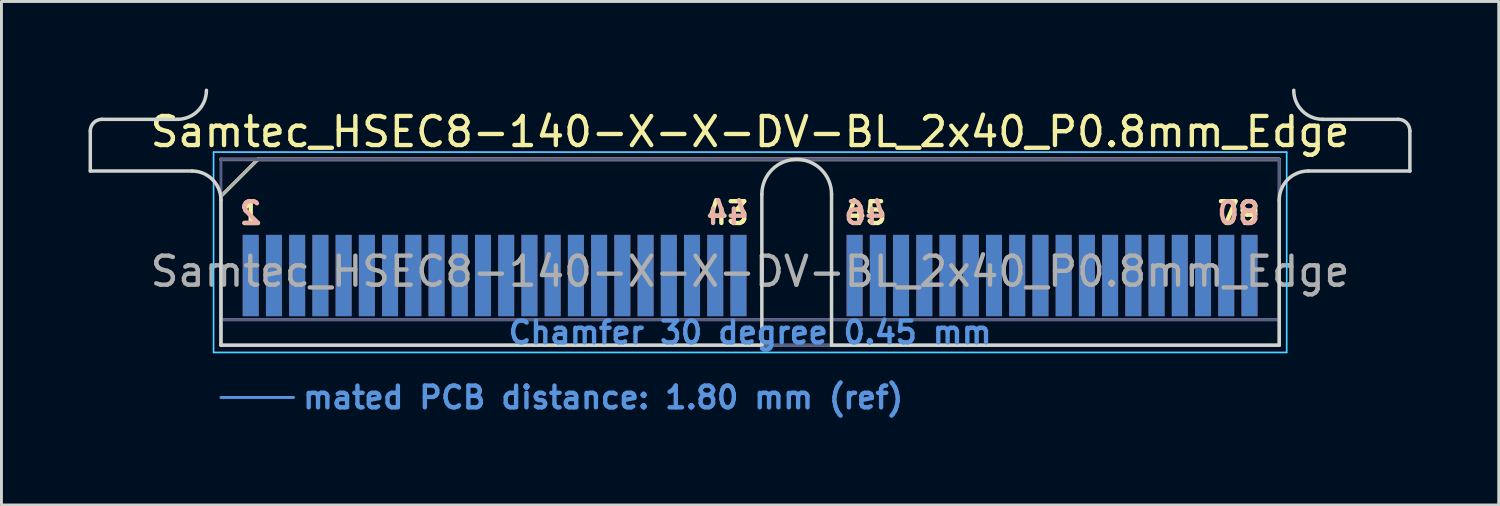
<source format=kicad_pcb>
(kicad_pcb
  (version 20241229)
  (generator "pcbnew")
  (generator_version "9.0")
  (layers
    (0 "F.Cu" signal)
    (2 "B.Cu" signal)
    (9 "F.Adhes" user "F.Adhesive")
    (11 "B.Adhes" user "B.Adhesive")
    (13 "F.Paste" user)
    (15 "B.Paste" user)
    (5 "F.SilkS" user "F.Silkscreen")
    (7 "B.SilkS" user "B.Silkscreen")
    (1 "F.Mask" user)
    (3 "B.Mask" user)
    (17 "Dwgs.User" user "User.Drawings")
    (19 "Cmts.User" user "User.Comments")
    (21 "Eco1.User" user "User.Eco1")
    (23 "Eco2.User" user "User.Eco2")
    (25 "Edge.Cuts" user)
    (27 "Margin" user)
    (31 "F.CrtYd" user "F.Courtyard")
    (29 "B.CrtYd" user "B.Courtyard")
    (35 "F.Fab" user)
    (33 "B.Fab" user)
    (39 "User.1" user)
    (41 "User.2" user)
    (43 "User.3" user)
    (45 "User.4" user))
  (footprint "Samtec_HSEC8-140-X-X-DV-BL_2x40_P0.8mm_Edge"
    (layer "F.Cu")
    (at 22.785 8.84)
    (property "Reference" "Samtec_HSEC8-140-X-X-DV-BL_2x40_P0.8mm_Edge" (at 0 -7.35 0) (layer "F.SilkS") (effects (font (size 1 1) (thickness 0.15))))
    (attr exclude_from_pos_files exclude_from_bom)
    (fp_line (start -18.225 -5.13) (end -16.955 -6.4) (stroke (width 0.12) (type solid)) (layer "F.SilkS"))
    (fp_line (start -16.955 -6.4) (end 18.225 -6.4) (stroke (width 0.12) (type solid)) (layer "F.SilkS"))
    (fp_line (start -18.225 -6.4) (end -18.225 -6.4) (stroke (width 0.12) (type solid)) (layer "B.SilkS"))
    (fp_line (start -18.225 -6.4) (end 18.225 -6.4) (stroke (width 0.12) (type solid)) (layer "B.SilkS"))
    (fp_line (start -18.225 1.8) (end -15.725 1.8) (stroke (width 0.1) (type solid)) (layer "Cmts.User"))
    (fp_line (start -22.725 -6) (end -22.725 -7.38) (stroke (width 0.12) (type solid)) (layer "Edge.Cuts"))
    (fp_line (start -22.325 -7.78) (end -19.725 -7.78) (stroke (width 0.12) (type solid)) (layer "Edge.Cuts"))
    (fp_line (start -19.225 -6) (end -22.725 -6) (stroke (width 0.12) (type solid)) (layer "Edge.Cuts"))
    (fp_line (start -18.225 -5) (end -18.225 0) (stroke (width 0.12) (type solid)) (layer "Edge.Cuts"))
    (fp_line (start -18.225 0) (end 0.405 0) (stroke (width 0.12) (type solid)) (layer "Edge.Cuts"))
    (fp_line (start 0.405 0) (end 0.405 -5.2) (stroke (width 0.12) (type solid)) (layer "Edge.Cuts"))
    (fp_line (start 2.805 -5.2) (end 2.805 0) (stroke (width 0.12) (type solid)) (layer "Edge.Cuts"))
    (fp_line (start 2.805 0) (end 18.225 0) (stroke (width 0.12) (type solid)) (layer "Edge.Cuts"))
    (fp_line (start 18.225 0) (end 18.225 -5) (stroke (width 0.12) (type solid)) (layer "Edge.Cuts"))
    (fp_line (start 19.225 -6) (end 22.725 -6) (stroke (width 0.12) (type solid)) (layer "Edge.Cuts"))
    (fp_line (start 22.325 -7.78) (end 19.725 -7.78) (stroke (width 0.12) (type solid)) (layer "Edge.Cuts"))
    (fp_line (start 22.725 -6) (end 22.725 -7.38) (stroke (width 0.12) (type solid)) (layer "Edge.Cuts"))
    (fp_arc (start -22.725 -7.38) (mid -22.607843 -7.662843) (end -22.325 -7.78) (stroke (width 0.12) (type solid)) (layer "Edge.Cuts"))
    (fp_arc (start -19.225 -6) (mid -18.517893 -5.707107) (end -18.225 -5) (stroke (width 0.12) (type solid)) (layer "Edge.Cuts"))
    (fp_arc (start -18.725 -8.78) (mid -19.017893 -8.072893) (end -19.725 -7.78) (stroke (width 0.12) (type solid)) (layer "Edge.Cuts"))
    (fp_arc (start 0.405 -5.2) (mid 1.605 -6.4) (end 2.805 -5.2) (stroke (width 0.12) (type solid)) (layer "Edge.Cuts"))
    (fp_arc (start 18.225 -5) (mid 18.517893 -5.707107) (end 19.225 -6) (stroke (width 0.12) (type solid)) (layer "Edge.Cuts"))
    (fp_arc (start 19.725 -7.78) (mid 19.017893 -8.072893) (end 18.725 -8.78) (stroke (width 0.12) (type solid)) (layer "Edge.Cuts"))
    (fp_arc (start 22.325 -7.78) (mid 22.607843 -7.662843) (end 22.725 -7.38) (stroke (width 0.12) (type solid)) (layer "Edge.Cuts"))
    (fp_line (start -18.48 -6.65) (end -18.48 0.25) (stroke (width 0.05) (type solid)) (layer "B.CrtYd"))
    (fp_line (start -18.48 0.25) (end 18.48 0.25) (stroke (width 0.05) (type solid)) (layer "B.CrtYd"))
    (fp_line (start 18.48 -6.65) (end -18.48 -6.65) (stroke (width 0.05) (type solid)) (layer "B.CrtYd"))
    (fp_line (start 18.48 0.25) (end 18.48 -6.65) (stroke (width 0.05) (type solid)) (layer "B.CrtYd"))
    (fp_line (start -18.48 -6.65) (end -18.48 0.25) (stroke (width 0.05) (type solid)) (layer "F.CrtYd"))
    (fp_line (start -18.48 0.25) (end 18.48 0.25) (stroke (width 0.05) (type solid)) (layer "F.CrtYd"))
    (fp_line (start 18.48 -6.65) (end -18.48 -6.65) (stroke (width 0.05) (type solid)) (layer "F.CrtYd"))
    (fp_line (start 18.48 0.25) (end 18.48 -6.65) (stroke (width 0.05) (type solid)) (layer "F.CrtYd"))
    (fp_line (start -18.225 -6.4) (end -18.225 -6.4) (stroke (width 0.1) (type solid)) (layer "B.Fab"))
    (fp_line (start -18.225 -6.4) (end -18.225 0) (stroke (width 0.1) (type solid)) (layer "B.Fab"))
    (fp_line (start -18.225 -6.4) (end 18.225 -6.4) (stroke (width 0.1) (type solid)) (layer "B.Fab"))
    (fp_line (start -18.225 -0.88) (end 18.225 -0.88) (stroke (width 0.1) (type solid)) (layer "B.Fab"))
    (fp_line (start -18.225 0) (end 18.225 0) (stroke (width 0.1) (type solid)) (layer "B.Fab"))
    (fp_line (start 18.225 -6.4) (end 18.225 0) (stroke (width 0.1) (type solid)) (layer "B.Fab"))
    (fp_line (start -18.225 -5.13) (end -18.225 0) (stroke (width 0.1) (type solid)) (layer "F.Fab"))
    (fp_line (start -18.225 -5.13) (end -16.955 -6.4) (stroke (width 0.1) (type solid)) (layer "F.Fab"))
    (fp_line (start -18.225 -0.88) (end 18.225 -0.88) (stroke (width 0.1) (type solid)) (layer "F.Fab"))
    (fp_line (start -18.225 0) (end 18.225 0) (stroke (width 0.1) (type solid)) (layer "F.Fab"))
    (fp_line (start -16.955 -6.4) (end 18.225 -6.4) (stroke (width 0.1) (type solid)) (layer "F.Fab"))
    (fp_line (start 18.225 -6.4) (end 18.225 0) (stroke (width 0.1) (type solid)) (layer "F.Fab"))
    (fp_text user "45" (at 3.975 -4.55 0) (layer "F.SilkS") (effects (font (size 0.75 0.75) (thickness 0.15))))
    (fp_text user "1" (at -17.2 -4.55 0) (layer "F.SilkS") (effects (font (size 0.75 0.75) (thickness 0.15))))
    (fp_text user "79" (at 16.825 -4.55 0) (layer "F.SilkS") (effects (font (size 0.75 0.75) (thickness 0.15))))
    (fp_text user "43" (at -0.775 -4.55 0) (layer "F.SilkS") (effects (font (size 0.75 0.75) (thickness 0.15))))
    (fp_text user "46" (at 3.975 -4.55 0) (layer "B.SilkS") (effects (font (size 0.75 0.75) (thickness 0.15)) (justify mirror)))
    (fp_text user "44" (at -0.775 -4.55 0) (layer "B.SilkS") (effects (font (size 0.75 0.75) (thickness 0.15)) (justify mirror)))
    (fp_text user "2" (at -17.2 -4.55 0) (layer "B.SilkS") (effects (font (size 0.75 0.75) (thickness 0.15)) (justify mirror)))
    (fp_text user "80" (at 16.825 -4.55 0) (layer "B.SilkS") (effects (font (size 0.75 0.75) (thickness 0.15)) (justify mirror)))
    (fp_text user "Chamfer 30 degree 0.45 mm" (at 0 -0.44 0) (layer "Cmts.User") (effects (font (size 0.75 0.75) (thickness 0.15))))
    (fp_text user "mated PCB distance: 1.80 mm (ref)" (at -15.48 1.8 0) (layer "Cmts.User") (effects (font (size 0.75 0.75) (thickness 0.15)) (justify left)))
    (fp_text user "${REFERENCE}" (at 0 -2.54 0) (layer "F.Fab") (effects (font (size 1 1) (thickness 0.15))))
    (pad "1" connect rect (at -17.2 -2.4) (size 0.55 2.8) (layers "F.Cu" "F.Mask"))
    (pad "2" connect rect (at -17.2 -2.4) (size 0.55 2.8) (layers "B.Cu" "B.Mask"))
    (pad "3" connect rect (at -16.4 -2.4) (size 0.55 2.8) (layers "F.Cu" "F.Mask"))
    (pad "4" connect rect (at -16.4 -2.4) (size 0.55 2.8) (layers "B.Cu" "B.Mask"))
    (pad "5" connect rect (at -15.6 -2.4) (size 0.55 2.8) (layers "F.Cu" "F.Mask"))
    (pad "6" connect rect (at -15.6 -2.4) (size 0.55 2.8) (layers "B.Cu" "B.Mask"))
    (pad "7" connect rect (at -14.8 -2.4) (size 0.55 2.8) (layers "F.Cu" "F.Mask"))
    (pad "8" connect rect (at -14.8 -2.4) (size 0.55 2.8) (layers "B.Cu" "B.Mask"))
    (pad "9" connect rect (at -14 -2.4) (size 0.55 2.8) (layers "F.Cu" "F.Mask"))
    (pad "10" connect rect (at -14 -2.4) (size 0.55 2.8) (layers "B.Cu" "B.Mask"))
    (pad "11" connect rect (at -13.2 -2.4) (size 0.55 2.8) (layers "F.Cu" "F.Mask"))
    (pad "12" connect rect (at -13.2 -2.4) (size 0.55 2.8) (layers "B.Cu" "B.Mask"))
    (pad "13" connect rect (at -12.4 -2.4) (size 0.55 2.8) (layers "F.Cu" "F.Mask"))
    (pad "14" connect rect (at -12.4 -2.4) (size 0.55 2.8) (layers "B.Cu" "B.Mask"))
    (pad "15" connect rect (at -11.6 -2.4) (size 0.55 2.8) (layers "F.Cu" "F.Mask"))
    (pad "16" connect rect (at -11.6 -2.4) (size 0.55 2.8) (layers "B.Cu" "B.Mask"))
    (pad "17" connect rect (at -10.8 -2.4) (size 0.55 2.8) (layers "F.Cu" "F.Mask"))
    (pad "18" connect rect (at -10.8 -2.4) (size 0.55 2.8) (layers "B.Cu" "B.Mask"))
    (pad "19" connect rect (at -10 -2.4) (size 0.55 2.8) (layers "F.Cu" "F.Mask"))
    (pad "20" connect rect (at -10 -2.4) (size 0.55 2.8) (layers "B.Cu" "B.Mask"))
    (pad "21" connect rect (at -9.2 -2.4) (size 0.55 2.8) (layers "F.Cu" "F.Mask"))
    (pad "22" connect rect (at -9.2 -2.4) (size 0.55 2.8) (layers "B.Cu" "B.Mask"))
    (pad "23" connect rect (at -8.4 -2.4) (size 0.55 2.8) (layers "F.Cu" "F.Mask"))
    (pad "24" connect rect (at -8.4 -2.4) (size 0.55 2.8) (layers "B.Cu" "B.Mask"))
    (pad "25" connect rect (at -7.6 -2.4) (size 0.55 2.8) (layers "F.Cu" "F.Mask"))
    (pad "26" connect rect (at -7.6 -2.4) (size 0.55 2.8) (layers "B.Cu" "B.Mask"))
    (pad "27" connect rect (at -6.8 -2.4) (size 0.55 2.8) (layers "F.Cu" "F.Mask"))
    (pad "28" connect rect (at -6.8 -2.4) (size 0.55 2.8) (layers "B.Cu" "B.Mask"))
    (pad "29" connect rect (at -6 -2.4) (size 0.55 2.8) (layers "F.Cu" "F.Mask"))
    (pad "30" connect rect (at -6 -2.4) (size 0.55 2.8) (layers "B.Cu" "B.Mask"))
    (pad "31" connect rect (at -5.2 -2.4) (size 0.55 2.8) (layers "F.Cu" "F.Mask"))
    (pad "32" connect rect (at -5.2 -2.4) (size 0.55 2.8) (layers "B.Cu" "B.Mask"))
    (pad "33" connect rect (at -4.4 -2.4) (size 0.55 2.8) (layers "F.Cu" "F.Mask"))
    (pad "34" connect rect (at -4.4 -2.4) (size 0.55 2.8) (layers "B.Cu" "B.Mask"))
    (pad "35" connect rect (at -3.6 -2.4) (size 0.55 2.8) (layers "F.Cu" "F.Mask"))
    (pad "36" connect rect (at -3.6 -2.4) (size 0.55 2.8) (layers "B.Cu" "B.Mask"))
    (pad "37" connect rect (at -2.8 -2.4) (size 0.55 2.8) (layers "F.Cu" "F.Mask"))
    (pad "38" connect rect (at -2.8 -2.4) (size 0.55 2.8) (layers "B.Cu" "B.Mask"))
    (pad "39" connect rect (at -2 -2.4) (size 0.55 2.8) (layers "F.Cu" "F.Mask"))
    (pad "40" connect rect (at -2 -2.4) (size 0.55 2.8) (layers "B.Cu" "B.Mask"))
    (pad "41" connect rect (at -1.2 -2.4) (size 0.55 2.8) (layers "F.Cu" "F.Mask"))
    (pad "42" connect rect (at -1.2 -2.4) (size 0.55 2.8) (layers "B.Cu" "B.Mask"))
    (pad "43" connect rect (at -0.4 -2.4) (size 0.55 2.8) (layers "F.Cu" "F.Mask"))
    (pad "44" connect rect (at -0.4 -2.4) (size 0.55 2.8) (layers "B.Cu" "B.Mask"))
    (pad "45" connect rect (at 3.6 -2.4) (size 0.55 2.8) (layers "F.Cu" "F.Mask"))
    (pad "46" connect rect (at 3.6 -2.4) (size 0.55 2.8) (layers "B.Cu" "B.Mask"))
    (pad "47" connect rect (at 4.4 -2.4) (size 0.55 2.8) (layers "F.Cu" "F.Mask"))
    (pad "48" connect rect (at 4.4 -2.4) (size 0.55 2.8) (layers "B.Cu" "B.Mask"))
    (pad "49" connect rect (at 5.2 -2.4) (size 0.55 2.8) (layers "F.Cu" "F.Mask"))
    (pad "50" connect rect (at 5.2 -2.4) (size 0.55 2.8) (layers "B.Cu" "B.Mask"))
    (pad "51" connect rect (at 6 -2.4) (size 0.55 2.8) (layers "F.Cu" "F.Mask"))
    (pad "52" connect rect (at 6 -2.4) (size 0.55 2.8) (layers "B.Cu" "B.Mask"))
    (pad "53" connect rect (at 6.8 -2.4) (size 0.55 2.8) (layers "F.Cu" "F.Mask"))
    (pad "54" connect rect (at 6.8 -2.4) (size 0.55 2.8) (layers "B.Cu" "B.Mask"))
    (pad "55" connect rect (at 7.6 -2.4) (size 0.55 2.8) (layers "F.Cu" "F.Mask"))
    (pad "56" connect rect (at 7.6 -2.4) (size 0.55 2.8) (layers "B.Cu" "B.Mask"))
    (pad "57" connect rect (at 8.4 -2.4) (size 0.55 2.8) (layers "F.Cu" "F.Mask"))
    (pad "58" connect rect (at 8.4 -2.4) (size 0.55 2.8) (layers "B.Cu" "B.Mask"))
    (pad "59" connect rect (at 9.2 -2.4) (size 0.55 2.8) (layers "F.Cu" "F.Mask"))
    (pad "60" connect rect (at 9.2 -2.4) (size 0.55 2.8) (layers "B.Cu" "B.Mask"))
    (pad "61" connect rect (at 10 -2.4) (size 0.55 2.8) (layers "F.Cu" "F.Mask"))
    (pad "62" connect rect (at 10 -2.4) (size 0.55 2.8) (layers "B.Cu" "B.Mask"))
    (pad "63" connect rect (at 10.8 -2.4) (size 0.55 2.8) (layers "F.Cu" "F.Mask"))
    (pad "64" connect rect (at 10.8 -2.4) (size 0.55 2.8) (layers "B.Cu" "B.Mask"))
    (pad "65" connect rect (at 11.6 -2.4) (size 0.55 2.8) (layers "F.Cu" "F.Mask"))
    (pad "66" connect rect (at 11.6 -2.4) (size 0.55 2.8) (layers "B.Cu" "B.Mask"))
    (pad "67" connect rect (at 12.4 -2.4) (size 0.55 2.8) (layers "F.Cu" "F.Mask"))
    (pad "68" connect rect (at 12.4 -2.4) (size 0.55 2.8) (layers "B.Cu" "B.Mask"))
    (pad "69" connect rect (at 13.2 -2.4) (size 0.55 2.8) (layers "F.Cu" "F.Mask"))
    (pad "70" connect rect (at 13.2 -2.4) (size 0.55 2.8) (layers "B.Cu" "B.Mask"))
    (pad "71" connect rect (at 14 -2.4) (size 0.55 2.8) (layers "F.Cu" "F.Mask"))
    (pad "72" connect rect (at 14 -2.4) (size 0.55 2.8) (layers "B.Cu" "B.Mask"))
    (pad "73" connect rect (at 14.8 -2.4) (size 0.55 2.8) (layers "F.Cu" "F.Mask"))
    (pad "74" connect rect (at 14.8 -2.4) (size 0.55 2.8) (layers "B.Cu" "B.Mask"))
    (pad "75" connect rect (at 15.6 -2.4) (size 0.55 2.8) (layers "F.Cu" "F.Mask"))
    (pad "76" connect rect (at 15.6 -2.4) (size 0.55 2.8) (layers "B.Cu" "B.Mask"))
    (pad "77" connect rect (at 16.4 -2.4) (size 0.55 2.8) (layers "F.Cu" "F.Mask"))
    (pad "78" connect rect (at 16.4 -2.4) (size 0.55 2.8) (layers "B.Cu" "B.Mask"))
    (pad "79" connect rect (at 17.2 -2.4) (size 0.55 2.8) (layers "F.Cu" "F.Mask"))
    (pad "80" connect rect (at 17.2 -2.4) (size 0.55 2.8) (layers "B.Cu" "B.Mask")))
  (gr_rect
    (start -3 -3)
    (end 48.57 14.342)
    (stroke (width 0.1) (type default))
    (fill no)
    (layer "Edge.Cuts")))
</source>
